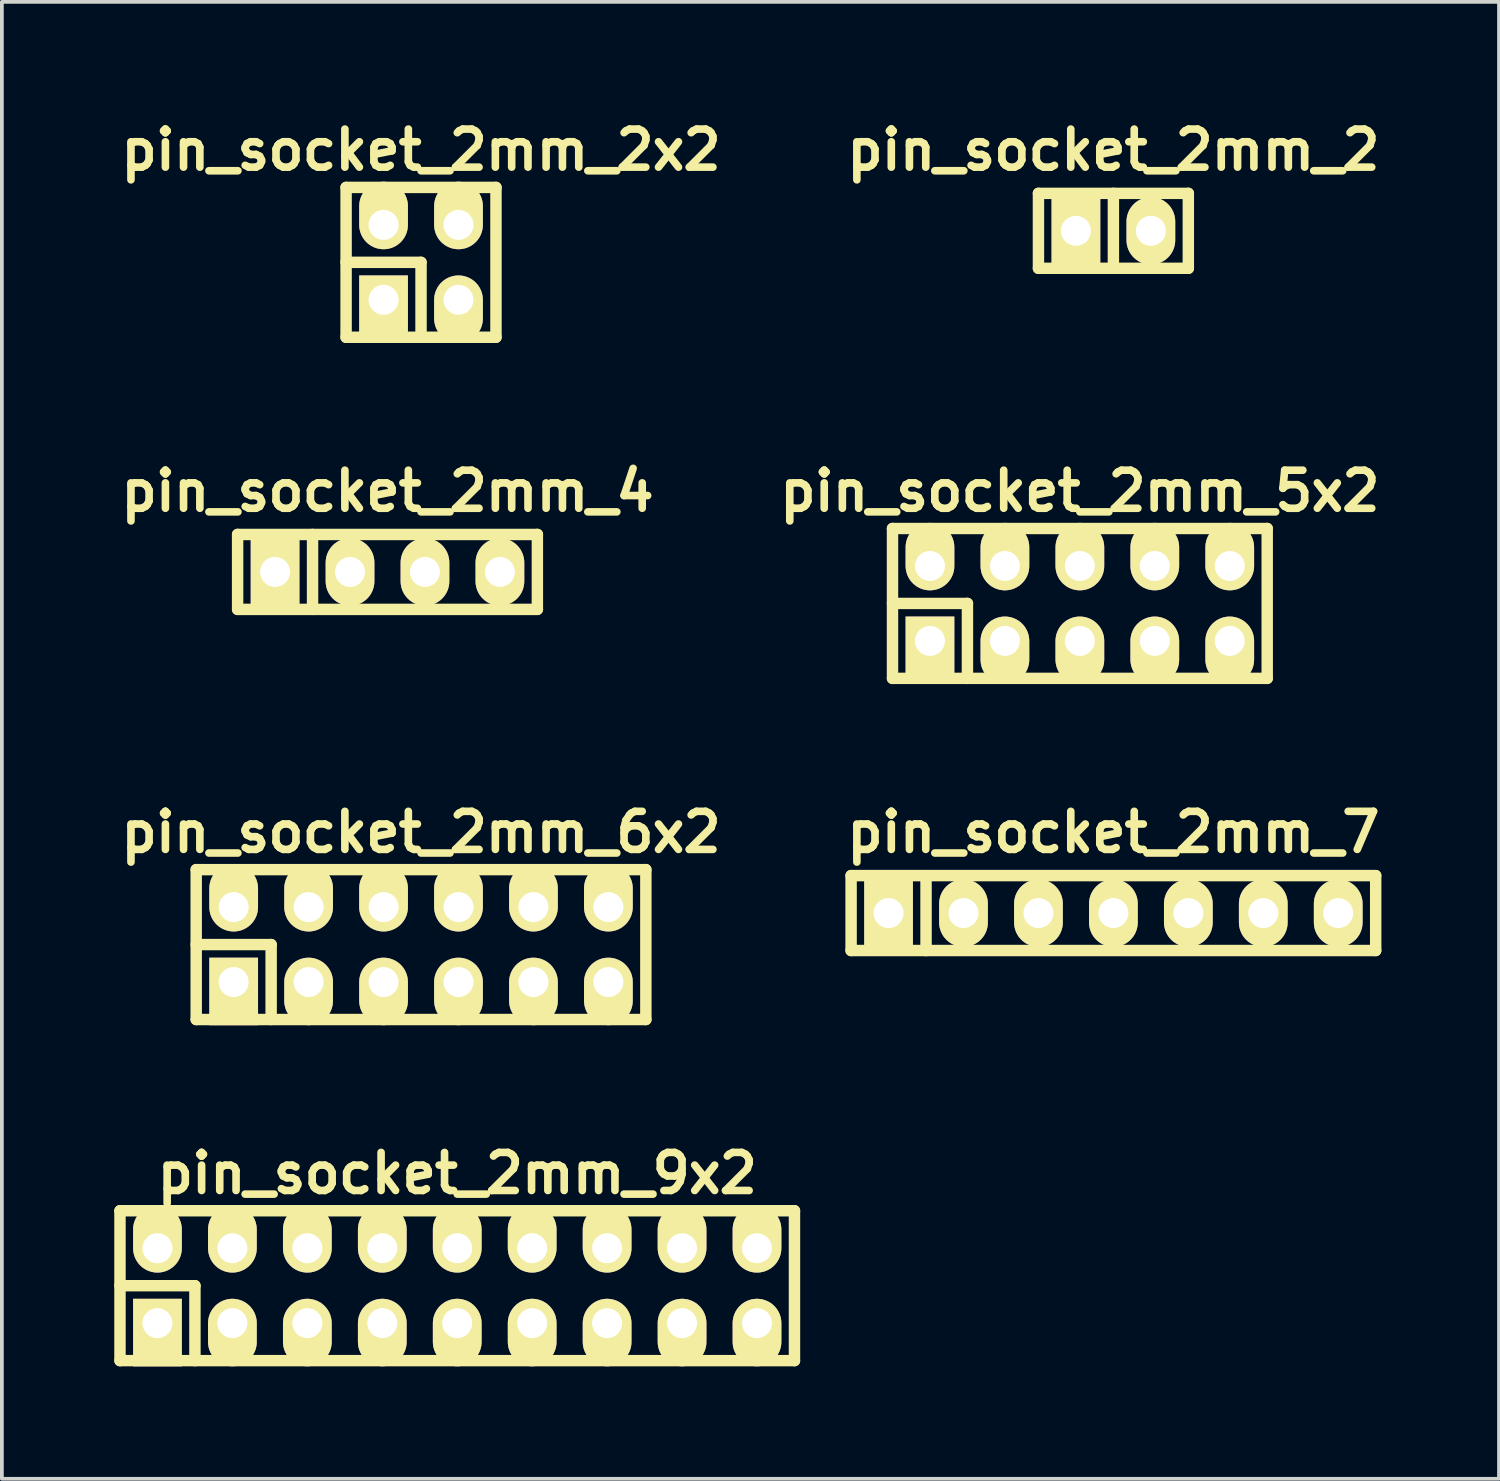
<source format=kicad_pcb>
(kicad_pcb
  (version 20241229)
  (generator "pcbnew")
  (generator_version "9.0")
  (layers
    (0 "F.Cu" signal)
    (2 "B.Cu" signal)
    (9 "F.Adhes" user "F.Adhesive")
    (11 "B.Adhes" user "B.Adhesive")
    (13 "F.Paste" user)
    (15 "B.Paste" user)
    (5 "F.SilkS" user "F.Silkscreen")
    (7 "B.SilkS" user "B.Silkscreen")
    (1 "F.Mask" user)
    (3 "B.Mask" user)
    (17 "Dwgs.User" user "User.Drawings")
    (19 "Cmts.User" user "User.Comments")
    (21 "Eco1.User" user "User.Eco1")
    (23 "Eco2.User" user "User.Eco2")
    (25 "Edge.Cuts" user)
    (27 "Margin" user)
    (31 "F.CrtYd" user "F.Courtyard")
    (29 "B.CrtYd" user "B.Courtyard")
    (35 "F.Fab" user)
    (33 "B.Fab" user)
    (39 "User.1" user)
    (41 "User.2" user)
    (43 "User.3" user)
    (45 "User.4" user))
  (footprint "pin_socket_2mm_2"
    (layer "F.Cu")
    (at 26.663 3.11)
    (property "Reference" "pin_socket_2mm_2" (at 0 -2.159 0) (layer "F.SilkS") (effects (font (size 1.016 1.016) (thickness 0.203))))
    (attr through_hole)
    (fp_line (start -2 -1) (end 2 -1) (stroke (width 0.305) (type solid)) (layer "F.SilkS"))
    (fp_line (start -2 1) (end -2 -1) (stroke (width 0.305) (type solid)) (layer "F.SilkS"))
    (fp_line (start 0 -1) (end 0 1) (stroke (width 0.305) (type solid)) (layer "F.SilkS"))
    (fp_line (start 2 -1) (end 2 1) (stroke (width 0.305) (type solid)) (layer "F.SilkS"))
    (fp_line (start 2 1) (end -2 1) (stroke (width 0.305) (type solid)) (layer "F.SilkS"))
    (pad "1" thru_hole rect (at -1 0) (size 1.3 1.8) (drill 0.8) (layers "*.Cu" "*.Mask" "F.SilkS"))
    (pad "2" thru_hole oval (at 1 0) (size 1.3 1.8) (drill 0.8) (layers "*.Cu" "*.Mask" "F.SilkS")))
  (footprint "pin_socket_2mm_2x2"
    (layer "F.Cu")
    (at 8.186 3.951)
    (property "Reference" "pin_socket_2mm_2x2" (at 0 -3 0) (layer "F.SilkS") (effects (font (size 1.016 1.016) (thickness 0.203))))
    (attr through_hole)
    (fp_line (start -2 -2) (end 2 -2) (stroke (width 0.305) (type solid)) (layer "F.SilkS"))
    (fp_line (start -2 0) (end 0 0) (stroke (width 0.305) (type solid)) (layer "F.SilkS"))
    (fp_line (start -2 2) (end -2 -2) (stroke (width 0.305) (type solid)) (layer "F.SilkS"))
    (fp_line (start 0 0) (end 0 2) (stroke (width 0.305) (type solid)) (layer "F.SilkS"))
    (fp_line (start 2 -2) (end 2 2) (stroke (width 0.305) (type solid)) (layer "F.SilkS"))
    (fp_line (start 2 2) (end -2 2) (stroke (width 0.305) (type solid)) (layer "F.SilkS"))
    (pad "1" thru_hole rect (at -1 1) (size 1.3 1.8) (drill 0.8 (offset 0 0.25)) (layers "*.Cu" "*.Mask" "F.SilkS"))
    (pad "2" thru_hole oval (at -1 -1) (size 1.3 1.8) (drill 0.8 (offset 0 -0.25)) (layers "*.Cu" "*.Mask" "F.SilkS"))
    (pad "3" thru_hole oval (at 1 1) (size 1.3 1.8) (drill 0.8 (offset 0 0.25)) (layers "*.Cu" "*.Mask" "F.SilkS"))
    (pad "4" thru_hole oval (at 1 -1) (size 1.3 1.8) (drill 0.8 (offset 0 -0.25)) (layers "*.Cu" "*.Mask" "F.SilkS")))
  (footprint "pin_socket_2mm_6x2"
    (layer "F.Cu")
    (at 8.186 22.158)
    (property "Reference" "pin_socket_2mm_6x2" (at 0 -3 0) (layer "F.SilkS") (effects (font (size 1.016 1.016) (thickness 0.203))))
    (attr through_hole)
    (fp_line (start -6 -2) (end 6 -2) (stroke (width 0.305) (type solid)) (layer "F.SilkS"))
    (fp_line (start -6 0) (end -4 0) (stroke (width 0.305) (type solid)) (layer "F.SilkS"))
    (fp_line (start -6 2) (end -6 -2) (stroke (width 0.305) (type solid)) (layer "F.SilkS"))
    (fp_line (start -4 0) (end -4 2) (stroke (width 0.305) (type solid)) (layer "F.SilkS"))
    (fp_line (start 6 -2) (end 6 2) (stroke (width 0.305) (type solid)) (layer "F.SilkS"))
    (fp_line (start 6 2) (end -6 2) (stroke (width 0.305) (type solid)) (layer "F.SilkS"))
    (pad "1" thru_hole rect (at -5 1) (size 1.3 1.8) (drill 0.8 (offset 0 0.25)) (layers "*.Cu" "*.Mask" "F.SilkS"))
    (pad "2" thru_hole oval (at -5 -1) (size 1.3 1.8) (drill 0.8 (offset 0 -0.25)) (layers "*.Cu" "*.Mask" "F.SilkS"))
    (pad "3" thru_hole oval (at -3 1) (size 1.3 1.8) (drill 0.8 (offset 0 0.25)) (layers "*.Cu" "*.Mask" "F.SilkS"))
    (pad "4" thru_hole oval (at -3 -1) (size 1.3 1.8) (drill 0.8 (offset 0 -0.25)) (layers "*.Cu" "*.Mask" "F.SilkS"))
    (pad "5" thru_hole oval (at -1 1) (size 1.3 1.8) (drill 0.8 (offset 0 0.25)) (layers "*.Cu" "*.Mask" "F.SilkS"))
    (pad "6" thru_hole oval (at -1 -1) (size 1.3 1.8) (drill 0.8 (offset 0 -0.25)) (layers "*.Cu" "*.Mask" "F.SilkS"))
    (pad "7" thru_hole oval (at 1 1) (size 1.3 1.8) (drill 0.8 (offset 0 0.25)) (layers "*.Cu" "*.Mask" "F.SilkS"))
    (pad "8" thru_hole oval (at 1 -1) (size 1.3 1.8) (drill 0.8 (offset 0 -0.25)) (layers "*.Cu" "*.Mask" "F.SilkS"))
    (pad "9" thru_hole oval (at 3 1) (size 1.3 1.8) (drill 0.8 (offset 0 0.25)) (layers "*.Cu" "*.Mask" "F.SilkS"))
    (pad "10" thru_hole oval (at 3 -1) (size 1.3 1.8) (drill 0.8 (offset 0 -0.25)) (layers "*.Cu" "*.Mask" "F.SilkS"))
    (pad "11" thru_hole oval (at 5 1) (size 1.3 1.8) (drill 0.8 (offset 0 0.25)) (layers "*.Cu" "*.Mask" "F.SilkS"))
    (pad "12" thru_hole oval (at 5 -1) (size 1.3 1.8) (drill 0.8 (offset 0 -0.25)) (layers "*.Cu" "*.Mask" "F.SilkS")))
  (footprint "pin_socket_2mm_5x2"
    (layer "F.Cu")
    (at 25.768 13.054)
    (property "Reference" "pin_socket_2mm_5x2" (at 0 -3 0) (layer "F.SilkS") (effects (font (size 1.016 1.016) (thickness 0.203))))
    (attr through_hole)
    (fp_line (start -5 -2) (end 5 -2) (stroke (width 0.305) (type solid)) (layer "F.SilkS"))
    (fp_line (start -5 0) (end -3 0) (stroke (width 0.305) (type solid)) (layer "F.SilkS"))
    (fp_line (start -5 2) (end -5 -2) (stroke (width 0.305) (type solid)) (layer "F.SilkS"))
    (fp_line (start -3 0) (end -3 2) (stroke (width 0.305) (type solid)) (layer "F.SilkS"))
    (fp_line (start 5 -2) (end 5 2) (stroke (width 0.305) (type solid)) (layer "F.SilkS"))
    (fp_line (start 5 2) (end -5 2) (stroke (width 0.305) (type solid)) (layer "F.SilkS"))
    (pad "1" thru_hole rect (at -4 1) (size 1.3 1.8) (drill 0.8 (offset 0 0.25)) (layers "*.Cu" "*.Mask" "F.SilkS"))
    (pad "2" thru_hole oval (at -4 -1) (size 1.3 1.8) (drill 0.8 (offset 0 -0.25)) (layers "*.Cu" "*.Mask" "F.SilkS"))
    (pad "3" thru_hole oval (at -2 1) (size 1.3 1.8) (drill 0.8 (offset 0 0.25)) (layers "*.Cu" "*.Mask" "F.SilkS"))
    (pad "4" thru_hole oval (at -2 -1) (size 1.3 1.8) (drill 0.8 (offset 0 -0.25)) (layers "*.Cu" "*.Mask" "F.SilkS"))
    (pad "5" thru_hole oval (at 0 1) (size 1.3 1.8) (drill 0.8 (offset 0 0.25)) (layers "*.Cu" "*.Mask" "F.SilkS"))
    (pad "6" thru_hole oval (at 0 -1) (size 1.3 1.8) (drill 0.8 (offset 0 -0.25)) (layers "*.Cu" "*.Mask" "F.SilkS"))
    (pad "7" thru_hole oval (at 2 1) (size 1.3 1.8) (drill 0.8 (offset 0 0.25)) (layers "*.Cu" "*.Mask" "F.SilkS"))
    (pad "8" thru_hole oval (at 2 -1) (size 1.3 1.8) (drill 0.8 (offset 0 -0.25)) (layers "*.Cu" "*.Mask" "F.SilkS"))
    (pad "9" thru_hole oval (at 4 1) (size 1.3 1.8) (drill 0.8 (offset 0 0.25)) (layers "*.Cu" "*.Mask" "F.SilkS"))
    (pad "10" thru_hole oval (at 4 -1) (size 1.3 1.8) (drill 0.8 (offset 0 -0.25)) (layers "*.Cu" "*.Mask" "F.SilkS")))
  (footprint "pin_socket_2mm_9x2"
    (layer "F.Cu")
    (at 9.152 31.261)
    (property "Reference" "pin_socket_2mm_9x2" (at 0 -3 0) (layer "F.SilkS") (effects (font (size 1.016 1.016) (thickness 0.203))))
    (attr through_hole)
    (fp_line (start -9 -2) (end 9 -2) (stroke (width 0.305) (type solid)) (layer "F.SilkS"))
    (fp_line (start -9 0) (end -7 0) (stroke (width 0.305) (type solid)) (layer "F.SilkS"))
    (fp_line (start -9 2) (end -9 -2) (stroke (width 0.305) (type solid)) (layer "F.SilkS"))
    (fp_line (start -7 0) (end -7 2) (stroke (width 0.305) (type solid)) (layer "F.SilkS"))
    (fp_line (start 9 -2) (end 9 2) (stroke (width 0.305) (type solid)) (layer "F.SilkS"))
    (fp_line (start 9 2) (end -9 2) (stroke (width 0.305) (type solid)) (layer "F.SilkS"))
    (pad "1" thru_hole rect (at -8 1) (size 1.3 1.8) (drill 0.8 (offset 0 0.25)) (layers "*.Cu" "*.Mask" "F.SilkS"))
    (pad "2" thru_hole oval (at -8 -1) (size 1.3 1.8) (drill 0.8 (offset 0 -0.25)) (layers "*.Cu" "*.Mask" "F.SilkS"))
    (pad "3" thru_hole oval (at -6 1) (size 1.3 1.8) (drill 0.8 (offset 0 0.25)) (layers "*.Cu" "*.Mask" "F.SilkS"))
    (pad "4" thru_hole oval (at -6 -1) (size 1.3 1.8) (drill 0.8 (offset 0 -0.25)) (layers "*.Cu" "*.Mask" "F.SilkS"))
    (pad "5" thru_hole oval (at -4 1) (size 1.3 1.8) (drill 0.8 (offset 0 0.25)) (layers "*.Cu" "*.Mask" "F.SilkS"))
    (pad "6" thru_hole oval (at -4 -1) (size 1.3 1.8) (drill 0.8 (offset 0 -0.25)) (layers "*.Cu" "*.Mask" "F.SilkS"))
    (pad "7" thru_hole oval (at -2 1) (size 1.3 1.8) (drill 0.8 (offset 0 0.25)) (layers "*.Cu" "*.Mask" "F.SilkS"))
    (pad "8" thru_hole oval (at -2 -1) (size 1.3 1.8) (drill 0.8 (offset 0 -0.25)) (layers "*.Cu" "*.Mask" "F.SilkS"))
    (pad "9" thru_hole oval (at 0 1) (size 1.3 1.8) (drill 0.8 (offset 0 0.25)) (layers "*.Cu" "*.Mask" "F.SilkS"))
    (pad "10" thru_hole oval (at 0 -1) (size 1.3 1.8) (drill 0.8 (offset 0 -0.25)) (layers "*.Cu" "*.Mask" "F.SilkS"))
    (pad "11" thru_hole oval (at 2 1) (size 1.3 1.8) (drill 0.8 (offset 0 0.25)) (layers "*.Cu" "*.Mask" "F.SilkS"))
    (pad "12" thru_hole oval (at 2 -1) (size 1.3 1.8) (drill 0.8 (offset 0 -0.25)) (layers "*.Cu" "*.Mask" "F.SilkS"))
    (pad "13" thru_hole oval (at 4 1) (size 1.3 1.8) (drill 0.8 (offset 0 0.25)) (layers "*.Cu" "*.Mask" "F.SilkS"))
    (pad "14" thru_hole oval (at 4 -1) (size 1.3 1.8) (drill 0.8 (offset 0 -0.25)) (layers "*.Cu" "*.Mask" "F.SilkS"))
    (pad "15" thru_hole oval (at 6 1) (size 1.3 1.8) (drill 0.8 (offset 0 0.25)) (layers "*.Cu" "*.Mask" "F.SilkS"))
    (pad "16" thru_hole oval (at 6 -1) (size 1.3 1.8) (drill 0.8 (offset 0 -0.25)) (layers "*.Cu" "*.Mask" "F.SilkS"))
    (pad "17" thru_hole oval (at 8 1) (size 1.3 1.8) (drill 0.8 (offset 0 0.25)) (layers "*.Cu" "*.Mask" "F.SilkS"))
    (pad "18" thru_hole oval (at 8 -1) (size 1.3 1.8) (drill 0.8 (offset 0 -0.25)) (layers "*.Cu" "*.Mask" "F.SilkS")))
  (footprint "pin_socket_2mm_7"
    (layer "F.Cu")
    (at 26.663 21.317)
    (property "Reference" "pin_socket_2mm_7" (at 0 -2.159 0) (layer "F.SilkS") (effects (font (size 1.016 1.016) (thickness 0.203))))
    (attr through_hole)
    (fp_line (start -7 -1) (end 7 -1) (stroke (width 0.305) (type solid)) (layer "F.SilkS"))
    (fp_line (start -7 1) (end -7 -1) (stroke (width 0.305) (type solid)) (layer "F.SilkS"))
    (fp_line (start -5 -1) (end -5 1) (stroke (width 0.305) (type solid)) (layer "F.SilkS"))
    (fp_line (start 7 -1) (end 7 1) (stroke (width 0.305) (type solid)) (layer "F.SilkS"))
    (fp_line (start 7 1) (end -7 1) (stroke (width 0.305) (type solid)) (layer "F.SilkS"))
    (pad "1" thru_hole rect (at -6 0) (size 1.3 1.8) (drill 0.8) (layers "*.Cu" "*.Mask" "F.SilkS"))
    (pad "2" thru_hole oval (at -4 0) (size 1.3 1.8) (drill 0.8) (layers "*.Cu" "*.Mask" "F.SilkS"))
    (pad "3" thru_hole oval (at -2 0) (size 1.3 1.8) (drill 0.8) (layers "*.Cu" "*.Mask" "F.SilkS"))
    (pad "4" thru_hole oval (at 0 0) (size 1.3 1.8) (drill 0.8) (layers "*.Cu" "*.Mask" "F.SilkS"))
    (pad "5" thru_hole oval (at 2 0) (size 1.3 1.8) (drill 0.8) (layers "*.Cu" "*.Mask" "F.SilkS"))
    (pad "6" thru_hole oval (at 4 0) (size 1.3 1.8) (drill 0.8) (layers "*.Cu" "*.Mask" "F.SilkS"))
    (pad "7" thru_hole oval (at 6 0) (size 1.3 1.8) (drill 0.8) (layers "*.Cu" "*.Mask" "F.SilkS")))
  (footprint "pin_socket_2mm_4"
    (layer "F.Cu")
    (at 7.291 12.213)
    (property "Reference" "pin_socket_2mm_4" (at 0 -2.159 0) (layer "F.SilkS") (effects (font (size 1.016 1.016) (thickness 0.203))))
    (attr through_hole)
    (fp_line (start -4 -1) (end 4 -1) (stroke (width 0.305) (type solid)) (layer "F.SilkS"))
    (fp_line (start -4 1) (end -4 -1) (stroke (width 0.305) (type solid)) (layer "F.SilkS"))
    (fp_line (start -2 -1) (end -2 1) (stroke (width 0.305) (type solid)) (layer "F.SilkS"))
    (fp_line (start 4 -1) (end 4 1) (stroke (width 0.305) (type solid)) (layer "F.SilkS"))
    (fp_line (start 4 1) (end -4 1) (stroke (width 0.305) (type solid)) (layer "F.SilkS"))
    (pad "1" thru_hole rect (at -3 0) (size 1.3 1.8) (drill 0.8) (layers "*.Cu" "*.Mask" "F.SilkS"))
    (pad "2" thru_hole oval (at -1 0) (size 1.3 1.8) (drill 0.8) (layers "*.Cu" "*.Mask" "F.SilkS"))
    (pad "3" thru_hole oval (at 1 0) (size 1.3 1.8) (drill 0.8) (layers "*.Cu" "*.Mask" "F.SilkS"))
    (pad "4" thru_hole oval (at 3 0) (size 1.3 1.8) (drill 0.8) (layers "*.Cu" "*.Mask" "F.SilkS")))
  (gr_rect
    (start -3 -3)
    (end 36.954 36.414)
    (stroke (width 0.1) (type default))
    (fill no)
    (layer "Edge.Cuts")))
</source>
